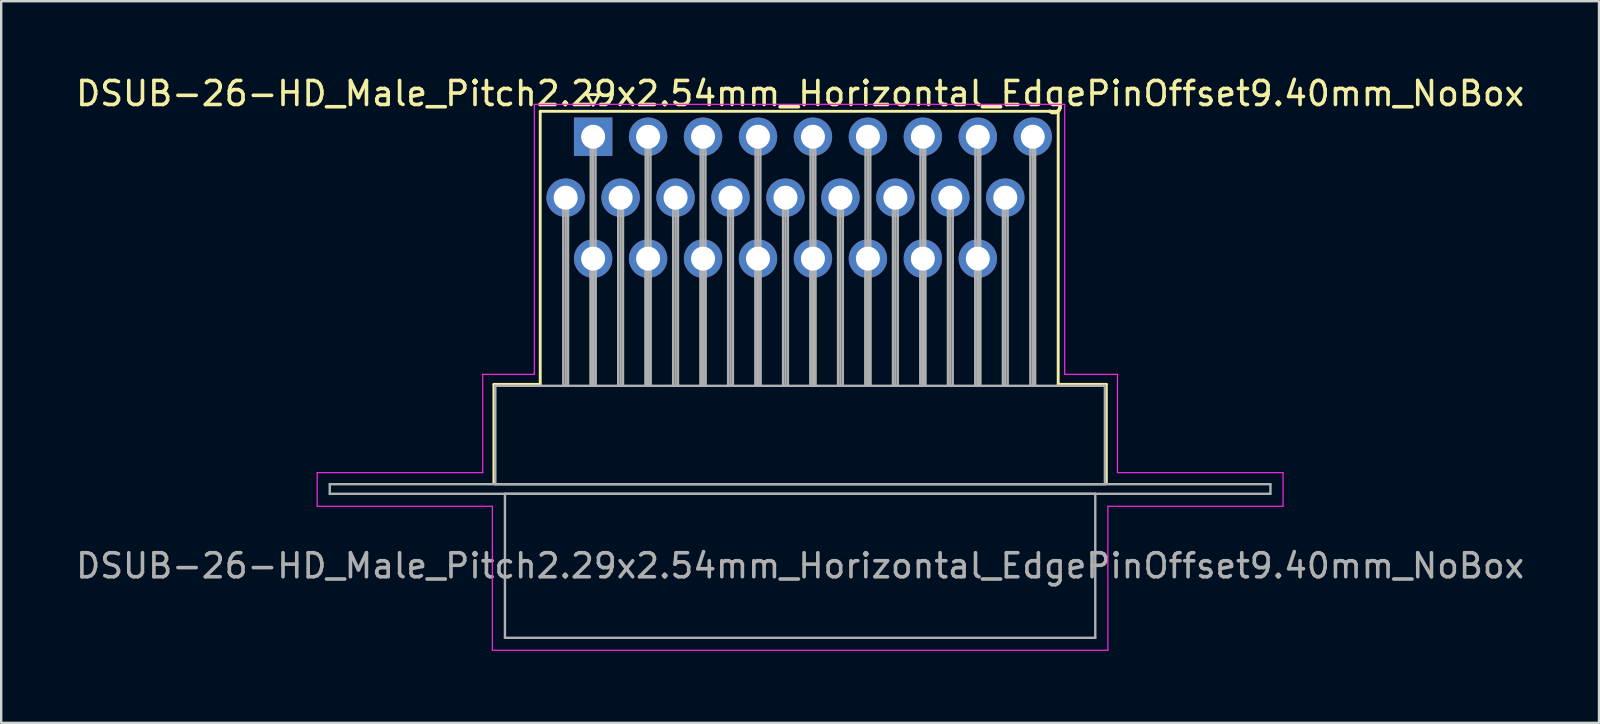
<source format=kicad_pcb>
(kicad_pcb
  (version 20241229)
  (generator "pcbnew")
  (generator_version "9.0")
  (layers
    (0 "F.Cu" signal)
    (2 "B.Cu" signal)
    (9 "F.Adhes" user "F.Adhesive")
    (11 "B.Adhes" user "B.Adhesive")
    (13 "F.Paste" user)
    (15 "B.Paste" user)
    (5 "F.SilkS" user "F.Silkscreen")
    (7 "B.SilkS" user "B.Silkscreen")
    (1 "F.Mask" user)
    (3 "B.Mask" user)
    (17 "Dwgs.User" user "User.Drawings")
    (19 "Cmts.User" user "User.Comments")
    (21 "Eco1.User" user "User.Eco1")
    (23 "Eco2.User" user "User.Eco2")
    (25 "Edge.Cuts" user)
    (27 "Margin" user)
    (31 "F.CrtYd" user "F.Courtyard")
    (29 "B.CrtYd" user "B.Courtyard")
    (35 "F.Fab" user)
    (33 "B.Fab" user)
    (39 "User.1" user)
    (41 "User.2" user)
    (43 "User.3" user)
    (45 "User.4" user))
  (footprint "DSUB-26-HD_Male_Pitch2.29x2.54mm_Horizontal_EdgePinOffset9.40mm_NoBox"
    (layer "F.Cu")
    (at 21.667 2.648)
    (property "Reference" "DSUB-26-HD_Male_Pitch2.29x2.54mm_Horizontal_EdgePinOffset9.40mm_NoBox" (at 8.625 -1.8 0) (layer "F.SilkS") (effects (font (size 1 1) (thickness 0.15))))
    (attr through_hole)
    (fp_line (start -4.135 10.32) (end -2.205 10.32) (stroke (width 0.12) (type solid)) (layer "F.SilkS"))
    (fp_line (start -4.135 14.42) (end -4.135 10.32) (stroke (width 0.12) (type solid)) (layer "F.SilkS"))
    (fp_line (start -2.205 -1.06) (end 19.38 -1.06) (stroke (width 0.12) (type solid)) (layer "F.SilkS"))
    (fp_line (start -2.205 10.32) (end -2.205 -1.06) (stroke (width 0.12) (type solid)) (layer "F.SilkS"))
    (fp_line (start -0.25 -1.754) (end 0.25 -1.754) (stroke (width 0.12) (type solid)) (layer "F.SilkS"))
    (fp_line (start 0 -1.321) (end -0.25 -1.754) (stroke (width 0.12) (type solid)) (layer "F.SilkS"))
    (fp_line (start 0.25 -1.754) (end 0 -1.321) (stroke (width 0.12) (type solid)) (layer "F.SilkS"))
    (fp_line (start 19.38 -1.06) (end 19.38 10.32) (stroke (width 0.12) (type solid)) (layer "F.SilkS"))
    (fp_line (start 19.38 10.32) (end 21.385 10.32) (stroke (width 0.12) (type solid)) (layer "F.SilkS"))
    (fp_line (start 21.385 10.32) (end 21.385 14.42) (stroke (width 0.12) (type solid)) (layer "F.SilkS"))
    (fp_line (start -11.5 14) (end -4.6 14) (stroke (width 0.05) (type solid)) (layer "F.CrtYd"))
    (fp_line (start -11.5 15.4) (end -11.5 14) (stroke (width 0.05) (type solid)) (layer "F.CrtYd"))
    (fp_line (start -4.6 9.9) (end -2.45 9.9) (stroke (width 0.05) (type solid)) (layer "F.CrtYd"))
    (fp_line (start -4.6 14) (end -4.6 9.9) (stroke (width 0.05) (type solid)) (layer "F.CrtYd"))
    (fp_line (start -4.2 15.4) (end -11.5 15.4) (stroke (width 0.05) (type solid)) (layer "F.CrtYd"))
    (fp_line (start -4.2 21.4) (end -4.2 15.4) (stroke (width 0.05) (type solid)) (layer "F.CrtYd"))
    (fp_line (start -2.45 -1.35) (end 19.65 -1.35) (stroke (width 0.05) (type solid)) (layer "F.CrtYd"))
    (fp_line (start -2.45 9.9) (end -2.45 -1.35) (stroke (width 0.05) (type solid)) (layer "F.CrtYd"))
    (fp_line (start 19.65 -1.35) (end 19.65 9.9) (stroke (width 0.05) (type solid)) (layer "F.CrtYd"))
    (fp_line (start 19.65 9.9) (end 21.85 9.9) (stroke (width 0.05) (type solid)) (layer "F.CrtYd"))
    (fp_line (start 21.45 15.4) (end 21.45 21.4) (stroke (width 0.05) (type solid)) (layer "F.CrtYd"))
    (fp_line (start 21.45 21.4) (end -4.2 21.4) (stroke (width 0.05) (type solid)) (layer "F.CrtYd"))
    (fp_line (start 21.85 9.9) (end 21.85 14) (stroke (width 0.05) (type solid)) (layer "F.CrtYd"))
    (fp_line (start 21.85 14) (end 28.75 14) (stroke (width 0.05) (type solid)) (layer "F.CrtYd"))
    (fp_line (start 28.75 14) (end 28.75 15.4) (stroke (width 0.05) (type solid)) (layer "F.CrtYd"))
    (fp_line (start 28.75 15.4) (end 21.45 15.4) (stroke (width 0.05) (type solid)) (layer "F.CrtYd"))
    (fp_line (start -10.975 14.48) (end -10.975 14.88) (stroke (width 0.1) (type solid)) (layer "F.Fab"))
    (fp_line (start -10.975 14.88) (end 28.225 14.88) (stroke (width 0.1) (type solid)) (layer "F.Fab"))
    (fp_line (start -4.075 10.38) (end -4.075 14.48) (stroke (width 0.1) (type solid)) (layer "F.Fab"))
    (fp_line (start -4.075 14.48) (end 21.325 14.48) (stroke (width 0.1) (type solid)) (layer "F.Fab"))
    (fp_line (start -3.675 14.88) (end -3.675 20.88) (stroke (width 0.1) (type solid)) (layer "F.Fab"))
    (fp_line (start -3.675 20.88) (end 20.925 20.88) (stroke (width 0.1) (type solid)) (layer "F.Fab"))
    (fp_line (start -1.245 2.54) (end -1.245 10.38) (stroke (width 0.1) (type solid)) (layer "F.Fab"))
    (fp_line (start -1.145 2.54) (end -1.145 10.38) (stroke (width 0.1) (type solid)) (layer "F.Fab"))
    (fp_line (start -1.045 2.54) (end -1.045 10.38) (stroke (width 0.1) (type solid)) (layer "F.Fab"))
    (fp_line (start -0.1 0) (end -0.1 10.38) (stroke (width 0.1) (type solid)) (layer "F.Fab"))
    (fp_line (start -0.1 5.08) (end -0.1 10.38) (stroke (width 0.1) (type solid)) (layer "F.Fab"))
    (fp_line (start 0 0) (end 0 10.38) (stroke (width 0.1) (type solid)) (layer "F.Fab"))
    (fp_line (start 0 5.08) (end 0 10.38) (stroke (width 0.1) (type solid)) (layer "F.Fab"))
    (fp_line (start 0.1 0) (end 0.1 10.38) (stroke (width 0.1) (type solid)) (layer "F.Fab"))
    (fp_line (start 0.1 5.08) (end 0.1 10.38) (stroke (width 0.1) (type solid)) (layer "F.Fab"))
    (fp_line (start 1.045 2.54) (end 1.045 10.38) (stroke (width 0.1) (type solid)) (layer "F.Fab"))
    (fp_line (start 1.145 2.54) (end 1.145 10.38) (stroke (width 0.1) (type solid)) (layer "F.Fab"))
    (fp_line (start 1.245 2.54) (end 1.245 10.38) (stroke (width 0.1) (type solid)) (layer "F.Fab"))
    (fp_line (start 2.19 0) (end 2.19 10.38) (stroke (width 0.1) (type solid)) (layer "F.Fab"))
    (fp_line (start 2.19 5.08) (end 2.19 10.38) (stroke (width 0.1) (type solid)) (layer "F.Fab"))
    (fp_line (start 2.29 0) (end 2.29 10.38) (stroke (width 0.1) (type solid)) (layer "F.Fab"))
    (fp_line (start 2.29 5.08) (end 2.29 10.38) (stroke (width 0.1) (type solid)) (layer "F.Fab"))
    (fp_line (start 2.39 0) (end 2.39 10.38) (stroke (width 0.1) (type solid)) (layer "F.Fab"))
    (fp_line (start 2.39 5.08) (end 2.39 10.38) (stroke (width 0.1) (type solid)) (layer "F.Fab"))
    (fp_line (start 3.335 2.54) (end 3.335 10.38) (stroke (width 0.1) (type solid)) (layer "F.Fab"))
    (fp_line (start 3.435 2.54) (end 3.435 10.38) (stroke (width 0.1) (type solid)) (layer "F.Fab"))
    (fp_line (start 3.535 2.54) (end 3.535 10.38) (stroke (width 0.1) (type solid)) (layer "F.Fab"))
    (fp_line (start 4.48 0) (end 4.48 10.38) (stroke (width 0.1) (type solid)) (layer "F.Fab"))
    (fp_line (start 4.48 5.08) (end 4.48 10.38) (stroke (width 0.1) (type solid)) (layer "F.Fab"))
    (fp_line (start 4.58 0) (end 4.58 10.38) (stroke (width 0.1) (type solid)) (layer "F.Fab"))
    (fp_line (start 4.58 5.08) (end 4.58 10.38) (stroke (width 0.1) (type solid)) (layer "F.Fab"))
    (fp_line (start 4.68 0) (end 4.68 10.38) (stroke (width 0.1) (type solid)) (layer "F.Fab"))
    (fp_line (start 4.68 5.08) (end 4.68 10.38) (stroke (width 0.1) (type solid)) (layer "F.Fab"))
    (fp_line (start 5.625 2.54) (end 5.625 10.38) (stroke (width 0.1) (type solid)) (layer "F.Fab"))
    (fp_line (start 5.725 2.54) (end 5.725 10.38) (stroke (width 0.1) (type solid)) (layer "F.Fab"))
    (fp_line (start 5.825 2.54) (end 5.825 10.38) (stroke (width 0.1) (type solid)) (layer "F.Fab"))
    (fp_line (start 6.77 0) (end 6.77 10.38) (stroke (width 0.1) (type solid)) (layer "F.Fab"))
    (fp_line (start 6.77 5.08) (end 6.77 10.38) (stroke (width 0.1) (type solid)) (layer "F.Fab"))
    (fp_line (start 6.87 0) (end 6.87 10.38) (stroke (width 0.1) (type solid)) (layer "F.Fab"))
    (fp_line (start 6.87 5.08) (end 6.87 10.38) (stroke (width 0.1) (type solid)) (layer "F.Fab"))
    (fp_line (start 6.97 0) (end 6.97 10.38) (stroke (width 0.1) (type solid)) (layer "F.Fab"))
    (fp_line (start 6.97 5.08) (end 6.97 10.38) (stroke (width 0.1) (type solid)) (layer "F.Fab"))
    (fp_line (start 7.915 2.54) (end 7.915 10.38) (stroke (width 0.1) (type solid)) (layer "F.Fab"))
    (fp_line (start 8.015 2.54) (end 8.015 10.38) (stroke (width 0.1) (type solid)) (layer "F.Fab"))
    (fp_line (start 8.115 2.54) (end 8.115 10.38) (stroke (width 0.1) (type solid)) (layer "F.Fab"))
    (fp_line (start 9.06 0) (end 9.06 10.38) (stroke (width 0.1) (type solid)) (layer "F.Fab"))
    (fp_line (start 9.06 5.08) (end 9.06 10.38) (stroke (width 0.1) (type solid)) (layer "F.Fab"))
    (fp_line (start 9.16 0) (end 9.16 10.38) (stroke (width 0.1) (type solid)) (layer "F.Fab"))
    (fp_line (start 9.16 5.08) (end 9.16 10.38) (stroke (width 0.1) (type solid)) (layer "F.Fab"))
    (fp_line (start 9.26 0) (end 9.26 10.38) (stroke (width 0.1) (type solid)) (layer "F.Fab"))
    (fp_line (start 9.26 5.08) (end 9.26 10.38) (stroke (width 0.1) (type solid)) (layer "F.Fab"))
    (fp_line (start 10.205 2.54) (end 10.205 10.38) (stroke (width 0.1) (type solid)) (layer "F.Fab"))
    (fp_line (start 10.305 2.54) (end 10.305 10.38) (stroke (width 0.1) (type solid)) (layer "F.Fab"))
    (fp_line (start 10.405 2.54) (end 10.405 10.38) (stroke (width 0.1) (type solid)) (layer "F.Fab"))
    (fp_line (start 11.35 0) (end 11.35 10.38) (stroke (width 0.1) (type solid)) (layer "F.Fab"))
    (fp_line (start 11.35 5.08) (end 11.35 10.38) (stroke (width 0.1) (type solid)) (layer "F.Fab"))
    (fp_line (start 11.45 0) (end 11.45 10.38) (stroke (width 0.1) (type solid)) (layer "F.Fab"))
    (fp_line (start 11.45 5.08) (end 11.45 10.38) (stroke (width 0.1) (type solid)) (layer "F.Fab"))
    (fp_line (start 11.55 0) (end 11.55 10.38) (stroke (width 0.1) (type solid)) (layer "F.Fab"))
    (fp_line (start 11.55 5.08) (end 11.55 10.38) (stroke (width 0.1) (type solid)) (layer "F.Fab"))
    (fp_line (start 12.495 2.54) (end 12.495 10.38) (stroke (width 0.1) (type solid)) (layer "F.Fab"))
    (fp_line (start 12.595 2.54) (end 12.595 10.38) (stroke (width 0.1) (type solid)) (layer "F.Fab"))
    (fp_line (start 12.695 2.54) (end 12.695 10.38) (stroke (width 0.1) (type solid)) (layer "F.Fab"))
    (fp_line (start 13.64 0) (end 13.64 10.38) (stroke (width 0.1) (type solid)) (layer "F.Fab"))
    (fp_line (start 13.64 5.08) (end 13.64 10.38) (stroke (width 0.1) (type solid)) (layer "F.Fab"))
    (fp_line (start 13.74 0) (end 13.74 10.38) (stroke (width 0.1) (type solid)) (layer "F.Fab"))
    (fp_line (start 13.74 5.08) (end 13.74 10.38) (stroke (width 0.1) (type solid)) (layer "F.Fab"))
    (fp_line (start 13.84 0) (end 13.84 10.38) (stroke (width 0.1) (type solid)) (layer "F.Fab"))
    (fp_line (start 13.84 5.08) (end 13.84 10.38) (stroke (width 0.1) (type solid)) (layer "F.Fab"))
    (fp_line (start 14.785 2.54) (end 14.785 10.38) (stroke (width 0.1) (type solid)) (layer "F.Fab"))
    (fp_line (start 14.885 2.54) (end 14.885 10.38) (stroke (width 0.1) (type solid)) (layer "F.Fab"))
    (fp_line (start 14.985 2.54) (end 14.985 10.38) (stroke (width 0.1) (type solid)) (layer "F.Fab"))
    (fp_line (start 15.93 0) (end 15.93 10.38) (stroke (width 0.1) (type solid)) (layer "F.Fab"))
    (fp_line (start 15.93 5.08) (end 15.93 10.38) (stroke (width 0.1) (type solid)) (layer "F.Fab"))
    (fp_line (start 16.03 0) (end 16.03 10.38) (stroke (width 0.1) (type solid)) (layer "F.Fab"))
    (fp_line (start 16.03 5.08) (end 16.03 10.38) (stroke (width 0.1) (type solid)) (layer "F.Fab"))
    (fp_line (start 16.13 0) (end 16.13 10.38) (stroke (width 0.1) (type solid)) (layer "F.Fab"))
    (fp_line (start 16.13 5.08) (end 16.13 10.38) (stroke (width 0.1) (type solid)) (layer "F.Fab"))
    (fp_line (start 17.075 2.54) (end 17.075 10.38) (stroke (width 0.1) (type solid)) (layer "F.Fab"))
    (fp_line (start 17.175 2.54) (end 17.175 10.38) (stroke (width 0.1) (type solid)) (layer "F.Fab"))
    (fp_line (start 17.275 2.54) (end 17.275 10.38) (stroke (width 0.1) (type solid)) (layer "F.Fab"))
    (fp_line (start 18.22 0) (end 18.22 10.38) (stroke (width 0.1) (type solid)) (layer "F.Fab"))
    (fp_line (start 18.32 0) (end 18.32 10.38) (stroke (width 0.1) (type solid)) (layer "F.Fab"))
    (fp_line (start 18.42 0) (end 18.42 10.38) (stroke (width 0.1) (type solid)) (layer "F.Fab"))
    (fp_line (start 20.925 14.88) (end -3.675 14.88) (stroke (width 0.1) (type solid)) (layer "F.Fab"))
    (fp_line (start 20.925 20.88) (end 20.925 14.88) (stroke (width 0.1) (type solid)) (layer "F.Fab"))
    (fp_line (start 21.325 10.38) (end -4.075 10.38) (stroke (width 0.1) (type solid)) (layer "F.Fab"))
    (fp_line (start 21.325 14.48) (end 21.325 10.38) (stroke (width 0.1) (type solid)) (layer "F.Fab"))
    (fp_line (start 28.225 14.48) (end -10.975 14.48) (stroke (width 0.1) (type solid)) (layer "F.Fab"))
    (fp_line (start 28.225 14.88) (end 28.225 14.48) (stroke (width 0.1) (type solid)) (layer "F.Fab"))
    (fp_text user "${REFERENCE}" (at 8.625 17.88 0) (layer "F.Fab") (effects (font (size 1 1) (thickness 0.15))))
    (pad "1" thru_hole rect (at 0 0) (size 1.6 1.6) (drill 1) (layers "*.Cu" "*.Mask"))
    (pad "2" thru_hole circle (at 2.29 0) (size 1.6 1.6) (drill 1) (layers "*.Cu" "*.Mask"))
    (pad "3" thru_hole circle (at 4.58 0) (size 1.6 1.6) (drill 1) (layers "*.Cu" "*.Mask"))
    (pad "4" thru_hole circle (at 6.87 0) (size 1.6 1.6) (drill 1) (layers "*.Cu" "*.Mask"))
    (pad "5" thru_hole circle (at 9.16 0) (size 1.6 1.6) (drill 1) (layers "*.Cu" "*.Mask"))
    (pad "6" thru_hole circle (at 11.45 0) (size 1.6 1.6) (drill 1) (layers "*.Cu" "*.Mask"))
    (pad "7" thru_hole circle (at 13.74 0) (size 1.6 1.6) (drill 1) (layers "*.Cu" "*.Mask"))
    (pad "8" thru_hole circle (at 16.03 0) (size 1.6 1.6) (drill 1) (layers "*.Cu" "*.Mask"))
    (pad "9" thru_hole circle (at 18.32 0) (size 1.6 1.6) (drill 1) (layers "*.Cu" "*.Mask"))
    (pad "10" thru_hole circle (at -1.145 2.54) (size 1.6 1.6) (drill 1) (layers "*.Cu" "*.Mask"))
    (pad "11" thru_hole circle (at 1.145 2.54) (size 1.6 1.6) (drill 1) (layers "*.Cu" "*.Mask"))
    (pad "12" thru_hole circle (at 3.435 2.54) (size 1.6 1.6) (drill 1) (layers "*.Cu" "*.Mask"))
    (pad "13" thru_hole circle (at 5.725 2.54) (size 1.6 1.6) (drill 1) (layers "*.Cu" "*.Mask"))
    (pad "14" thru_hole circle (at 8.015 2.54) (size 1.6 1.6) (drill 1) (layers "*.Cu" "*.Mask"))
    (pad "15" thru_hole circle (at 10.305 2.54) (size 1.6 1.6) (drill 1) (layers "*.Cu" "*.Mask"))
    (pad "16" thru_hole circle (at 12.595 2.54) (size 1.6 1.6) (drill 1) (layers "*.Cu" "*.Mask"))
    (pad "17" thru_hole circle (at 14.885 2.54) (size 1.6 1.6) (drill 1) (layers "*.Cu" "*.Mask"))
    (pad "18" thru_hole circle (at 17.175 2.54) (size 1.6 1.6) (drill 1) (layers "*.Cu" "*.Mask"))
    (pad "19" thru_hole circle (at 0 5.08) (size 1.6 1.6) (drill 1) (layers "*.Cu" "*.Mask"))
    (pad "20" thru_hole circle (at 2.29 5.08) (size 1.6 1.6) (drill 1) (layers "*.Cu" "*.Mask"))
    (pad "21" thru_hole circle (at 4.58 5.08) (size 1.6 1.6) (drill 1) (layers "*.Cu" "*.Mask"))
    (pad "22" thru_hole circle (at 6.87 5.08) (size 1.6 1.6) (drill 1) (layers "*.Cu" "*.Mask"))
    (pad "23" thru_hole circle (at 9.16 5.08) (size 1.6 1.6) (drill 1) (layers "*.Cu" "*.Mask"))
    (pad "24" thru_hole circle (at 11.45 5.08) (size 1.6 1.6) (drill 1) (layers "*.Cu" "*.Mask"))
    (pad "25" thru_hole circle (at 13.74 5.08) (size 1.6 1.6) (drill 1) (layers "*.Cu" "*.Mask"))
    (pad "26" thru_hole circle (at 16.03 5.08) (size 1.6 1.6) (drill 1) (layers "*.Cu" "*.Mask")))
  (gr_rect
    (start -3 -3)
    (end 63.583 27.073)
    (stroke (width 0.1) (type default))
    (fill no)
    (layer "Edge.Cuts")))
</source>
